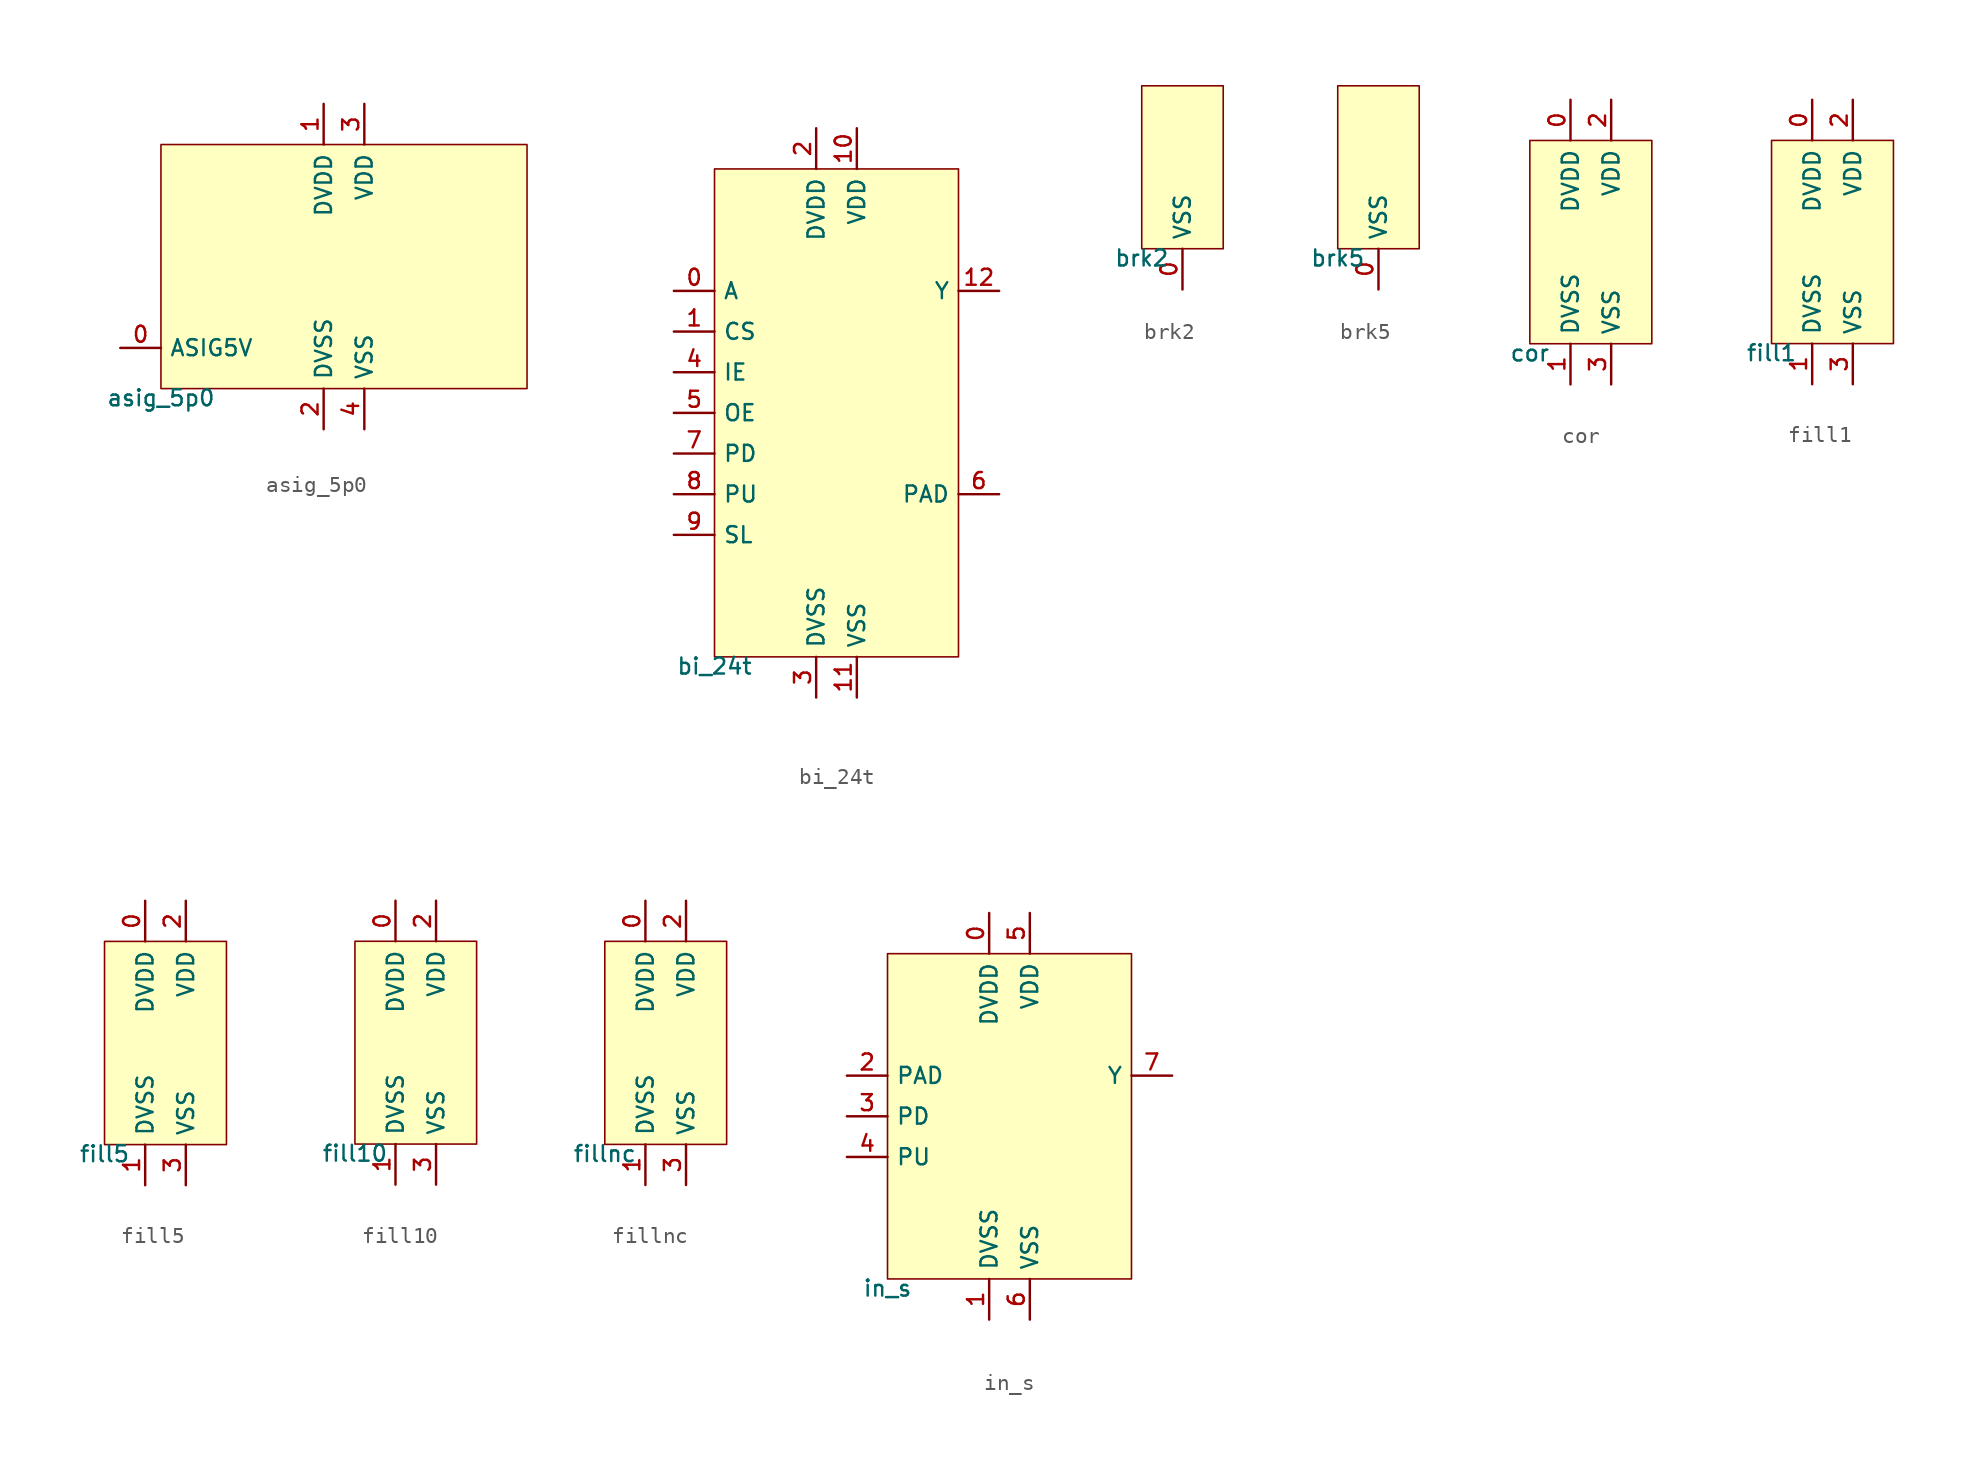
<source format=kicad_sym>
(kicad_symbol_lib
  (version 20211014)
  (generator pdk2kicad)
  (symbol "asig_5p0"
    (property "Reference" "X"
      (at 0 0 0)
      (effects (font (size 1 1)) hide))
    (property "Value" "asig_5p0"
      (at -11.43 -7.62 0)
      (effects (font (size 1 1)) (justify top)))
    (rectangle
      (start -11.43 -7.62)
      (end 11.43 7.62)
      (stroke (width 0.1) (type solid) (color 0 0 0 0))
      (fill (type background)))
    (pin bidirectional line
      (at -13.97 -5.08 0)
      (length 2.54)
      (name "ASIG5V" (effects (font (size 1 1)) hide))
      (number "0" (effects (font (size 1 1)) hide)))
    (pin power_in line
      (at -1.27 10.16 270)
      (length 2.54)
      (name "DVDD" (effects (font (size 1 1)) hide))
      (number "1" (effects (font (size 1 1)) hide)))
    (pin power_in line
      (at -1.27 -10.16 90)
      (length 2.54)
      (name "DVSS" (effects (font (size 1 1)) hide))
      (number "2" (effects (font (size 1 1)) hide)))
    (pin power_in line
      (at 1.27 10.16 270)
      (length 2.54)
      (name "VDD" (effects (font (size 1 1)) hide))
      (number "3" (effects (font (size 1 1)) hide)))
    (pin power_in line
      (at 1.27 -10.16 90)
      (length 2.54)
      (name "VSS" (effects (font (size 1 1)) hide))
      (number "4" (effects (font (size 1 1)) hide))))
  (symbol "bi_24t"
    (property "Reference" "X"
      (at 0 0 0)
      (effects (font (size 1 1)) hide))
    (property "Value" "bi_24t"
      (at -7.62 -15.24 0)
      (effects (font (size 1 1)) (justify top)))
    (rectangle
      (start -7.62 -15.24)
      (end 7.62 15.24)
      (stroke (width 0.1) (type solid) (color 0 0 0 0))
      (fill (type background)))
    (pin input line
      (at -10.16 7.62 0)
      (length 2.54)
      (name "A" (effects (font (size 1 1)) hide))
      (number "0" (effects (font (size 1 1)) hide)))
    (pin input line
      (at -10.16 5.08 0)
      (length 2.54)
      (name "CS" (effects (font (size 1 1)) hide))
      (number "1" (effects (font (size 1 1)) hide)))
    (pin power_in line
      (at -1.27 17.78 270)
      (length 2.54)
      (name "DVDD" (effects (font (size 1 1)) hide))
      (number "2" (effects (font (size 1 1)) hide)))
    (pin power_in line
      (at -1.27 -17.78 90)
      (length 2.54)
      (name "DVSS" (effects (font (size 1 1)) hide))
      (number "3" (effects (font (size 1 1)) hide)))
    (pin input line
      (at -10.16 2.54 0)
      (length 2.54)
      (name "IE" (effects (font (size 1 1)) hide))
      (number "4" (effects (font (size 1 1)) hide)))
    (pin input line
      (at -10.16 0.0 0)
      (length 2.54)
      (name "OE" (effects (font (size 1 1)) hide))
      (number "5" (effects (font (size 1 1)) hide)))
    (pin bidirectional line
      (at 10.16 -5.08 180)
      (length 2.54)
      (name "PAD" (effects (font (size 1 1)) hide))
      (number "6" (effects (font (size 1 1)) hide)))
    (pin input line
      (at -10.16 -2.54 0)
      (length 2.54)
      (name "PD" (effects (font (size 1 1)) hide))
      (number "7" (effects (font (size 1 1)) hide)))
    (pin input line
      (at -10.16 -5.08 0)
      (length 2.54)
      (name "PU" (effects (font (size 1 1)) hide))
      (number "8" (effects (font (size 1 1)) hide)))
    (pin input line
      (at -10.16 -7.62 0)
      (length 2.54)
      (name "SL" (effects (font (size 1 1)) hide))
      (number "9" (effects (font (size 1 1)) hide)))
    (pin power_in line
      (at 1.27 17.78 270)
      (length 2.54)
      (name "VDD" (effects (font (size 1 1)) hide))
      (number "10" (effects (font (size 1 1)) hide)))
    (pin power_in line
      (at 1.27 -17.78 90)
      (length 2.54)
      (name "VSS" (effects (font (size 1 1)) hide))
      (number "11" (effects (font (size 1 1)) hide)))
    (pin output line
      (at 10.16 7.62 180)
      (length 2.54)
      (name "Y" (effects (font (size 1 1)) hide))
      (number "12" (effects (font (size 1 1)) hide))))
  (symbol "brk2"
    (property "Reference" "X"
      (at 0 0 0)
      (effects (font (size 1 1)) hide))
    (property "Value" "brk2"
      (at -2.54 -5.08 0)
      (effects (font (size 1 1)) (justify top)))
    (rectangle
      (start -2.54 -5.08)
      (end 2.54 5.08)
      (stroke (width 0.1) (type solid) (color 0 0 0 0))
      (fill (type background)))
    (pin power_in line
      (at 0.0 -7.62 90)
      (length 2.54)
      (name "VSS" (effects (font (size 1 1)) hide))
      (number "0" (effects (font (size 1 1)) hide))))
  (symbol "brk5"
    (property "Reference" "X"
      (at 0 0 0)
      (effects (font (size 1 1)) hide))
    (property "Value" "brk5"
      (at -2.54 -5.08 0)
      (effects (font (size 1 1)) (justify top)))
    (rectangle
      (start -2.54 -5.08)
      (end 2.54 5.08)
      (stroke (width 0.1) (type solid) (color 0 0 0 0))
      (fill (type background)))
    (pin power_in line
      (at 0.0 -7.62 90)
      (length 2.54)
      (name "VSS" (effects (font (size 1 1)) hide))
      (number "0" (effects (font (size 1 1)) hide))))
  (symbol "cor"
    (property "Reference" "X"
      (at 0 0 0)
      (effects (font (size 1 1)) hide))
    (property "Value" "cor"
      (at -3.81 -6.35 0)
      (effects (font (size 1 1)) (justify top)))
    (rectangle
      (start -3.81 -6.35)
      (end 3.81 6.35)
      (stroke (width 0.1) (type solid) (color 0 0 0 0))
      (fill (type background)))
    (pin power_in line
      (at -1.27 8.89 270)
      (length 2.54)
      (name "DVDD" (effects (font (size 1 1)) hide))
      (number "0" (effects (font (size 1 1)) hide)))
    (pin power_in line
      (at -1.27 -8.89 90)
      (length 2.54)
      (name "DVSS" (effects (font (size 1 1)) hide))
      (number "1" (effects (font (size 1 1)) hide)))
    (pin power_in line
      (at 1.27 8.89 270)
      (length 2.54)
      (name "VDD" (effects (font (size 1 1)) hide))
      (number "2" (effects (font (size 1 1)) hide)))
    (pin power_in line
      (at 1.27 -8.89 90)
      (length 2.54)
      (name "VSS" (effects (font (size 1 1)) hide))
      (number "3" (effects (font (size 1 1)) hide))))
  (symbol "fill1"
    (property "Reference" "X"
      (at 0 0 0)
      (effects (font (size 1 1)) hide))
    (property "Value" "fill1"
      (at -3.81 -6.35 0)
      (effects (font (size 1 1)) (justify top)))
    (rectangle
      (start -3.81 -6.35)
      (end 3.81 6.35)
      (stroke (width 0.1) (type solid) (color 0 0 0 0))
      (fill (type background)))
    (pin power_in line
      (at -1.27 8.89 270)
      (length 2.54)
      (name "DVDD" (effects (font (size 1 1)) hide))
      (number "0" (effects (font (size 1 1)) hide)))
    (pin power_in line
      (at -1.27 -8.89 90)
      (length 2.54)
      (name "DVSS" (effects (font (size 1 1)) hide))
      (number "1" (effects (font (size 1 1)) hide)))
    (pin power_in line
      (at 1.27 8.89 270)
      (length 2.54)
      (name "VDD" (effects (font (size 1 1)) hide))
      (number "2" (effects (font (size 1 1)) hide)))
    (pin power_in line
      (at 1.27 -8.89 90)
      (length 2.54)
      (name "VSS" (effects (font (size 1 1)) hide))
      (number "3" (effects (font (size 1 1)) hide))))
  (symbol "fill5"
    (property "Reference" "X"
      (at 0 0 0)
      (effects (font (size 1 1)) hide))
    (property "Value" "fill5"
      (at -3.81 -6.35 0)
      (effects (font (size 1 1)) (justify top)))
    (rectangle
      (start -3.81 -6.35)
      (end 3.81 6.35)
      (stroke (width 0.1) (type solid) (color 0 0 0 0))
      (fill (type background)))
    (pin power_in line
      (at -1.27 8.89 270)
      (length 2.54)
      (name "DVDD" (effects (font (size 1 1)) hide))
      (number "0" (effects (font (size 1 1)) hide)))
    (pin power_in line
      (at -1.27 -8.89 90)
      (length 2.54)
      (name "DVSS" (effects (font (size 1 1)) hide))
      (number "1" (effects (font (size 1 1)) hide)))
    (pin power_in line
      (at 1.27 8.89 270)
      (length 2.54)
      (name "VDD" (effects (font (size 1 1)) hide))
      (number "2" (effects (font (size 1 1)) hide)))
    (pin power_in line
      (at 1.27 -8.89 90)
      (length 2.54)
      (name "VSS" (effects (font (size 1 1)) hide))
      (number "3" (effects (font (size 1 1)) hide))))
  (symbol "fill10"
    (property "Reference" "X"
      (at 0 0 0)
      (effects (font (size 1 1)) hide))
    (property "Value" "fill10"
      (at -3.81 -6.35 0)
      (effects (font (size 1 1)) (justify top)))
    (rectangle
      (start -3.81 -6.35)
      (end 3.81 6.35)
      (stroke (width 0.1) (type solid) (color 0 0 0 0))
      (fill (type background)))
    (pin power_in line
      (at -1.27 8.89 270)
      (length 2.54)
      (name "DVDD" (effects (font (size 1 1)) hide))
      (number "0" (effects (font (size 1 1)) hide)))
    (pin power_in line
      (at -1.27 -8.89 90)
      (length 2.54)
      (name "DVSS" (effects (font (size 1 1)) hide))
      (number "1" (effects (font (size 1 1)) hide)))
    (pin power_in line
      (at 1.27 8.89 270)
      (length 2.54)
      (name "VDD" (effects (font (size 1 1)) hide))
      (number "2" (effects (font (size 1 1)) hide)))
    (pin power_in line
      (at 1.27 -8.89 90)
      (length 2.54)
      (name "VSS" (effects (font (size 1 1)) hide))
      (number "3" (effects (font (size 1 1)) hide))))
  (symbol "fillnc"
    (property "Reference" "X"
      (at 0 0 0)
      (effects (font (size 1 1)) hide))
    (property "Value" "fillnc"
      (at -3.81 -6.35 0)
      (effects (font (size 1 1)) (justify top)))
    (rectangle
      (start -3.81 -6.35)
      (end 3.81 6.35)
      (stroke (width 0.1) (type solid) (color 0 0 0 0))
      (fill (type background)))
    (pin power_in line
      (at -1.27 8.89 270)
      (length 2.54)
      (name "DVDD" (effects (font (size 1 1)) hide))
      (number "0" (effects (font (size 1 1)) hide)))
    (pin power_in line
      (at -1.27 -8.89 90)
      (length 2.54)
      (name "DVSS" (effects (font (size 1 1)) hide))
      (number "1" (effects (font (size 1 1)) hide)))
    (pin power_in line
      (at 1.27 8.89 270)
      (length 2.54)
      (name "VDD" (effects (font (size 1 1)) hide))
      (number "2" (effects (font (size 1 1)) hide)))
    (pin power_in line
      (at 1.27 -8.89 90)
      (length 2.54)
      (name "VSS" (effects (font (size 1 1)) hide))
      (number "3" (effects (font (size 1 1)) hide))))
  (symbol "in_s"
    (property "Reference" "X"
      (at 0 0 0)
      (effects (font (size 1 1)) hide))
    (property "Value" "in_s"
      (at -7.62 -10.16 0)
      (effects (font (size 1 1)) (justify top)))
    (rectangle
      (start -7.62 -10.16)
      (end 7.62 10.16)
      (stroke (width 0.1) (type solid) (color 0 0 0 0))
      (fill (type background)))
    (pin power_in line
      (at -1.27 12.7 270)
      (length 2.54)
      (name "DVDD" (effects (font (size 1 1)) hide))
      (number "0" (effects (font (size 1 1)) hide)))
    (pin power_in line
      (at -1.27 -12.7 90)
      (length 2.54)
      (name "DVSS" (effects (font (size 1 1)) hide))
      (number "1" (effects (font (size 1 1)) hide)))
    (pin input line
      (at -10.16 2.54 0)
      (length 2.54)
      (name "PAD" (effects (font (size 1 1)) hide))
      (number "2" (effects (font (size 1 1)) hide)))
    (pin input line
      (at -10.16 0.0 0)
      (length 2.54)
      (name "PD" (effects (font (size 1 1)) hide))
      (number "3" (effects (font (size 1 1)) hide)))
    (pin input line
      (at -10.16 -2.54 0)
      (length 2.54)
      (name "PU" (effects (font (size 1 1)) hide))
      (number "4" (effects (font (size 1 1)) hide)))
    (pin power_in line
      (at 1.27 12.7 270)
      (length 2.54)
      (name "VDD" (effects (font (size 1 1)) hide))
      (number "5" (effects (font (size 1 1)) hide)))
    (pin power_in line
      (at 1.27 -12.7 90)
      (length 2.54)
      (name "VSS" (effects (font (size 1 1)) hide))
      (number "6" (effects (font (size 1 1)) hide)))
    (pin output line
      (at 10.16 2.54 180)
      (length 2.54)
      (name "Y" (effects (font (size 1 1)) hide))
      (number "7" (effects (font (size 1 1)) hide)))))
</source>
